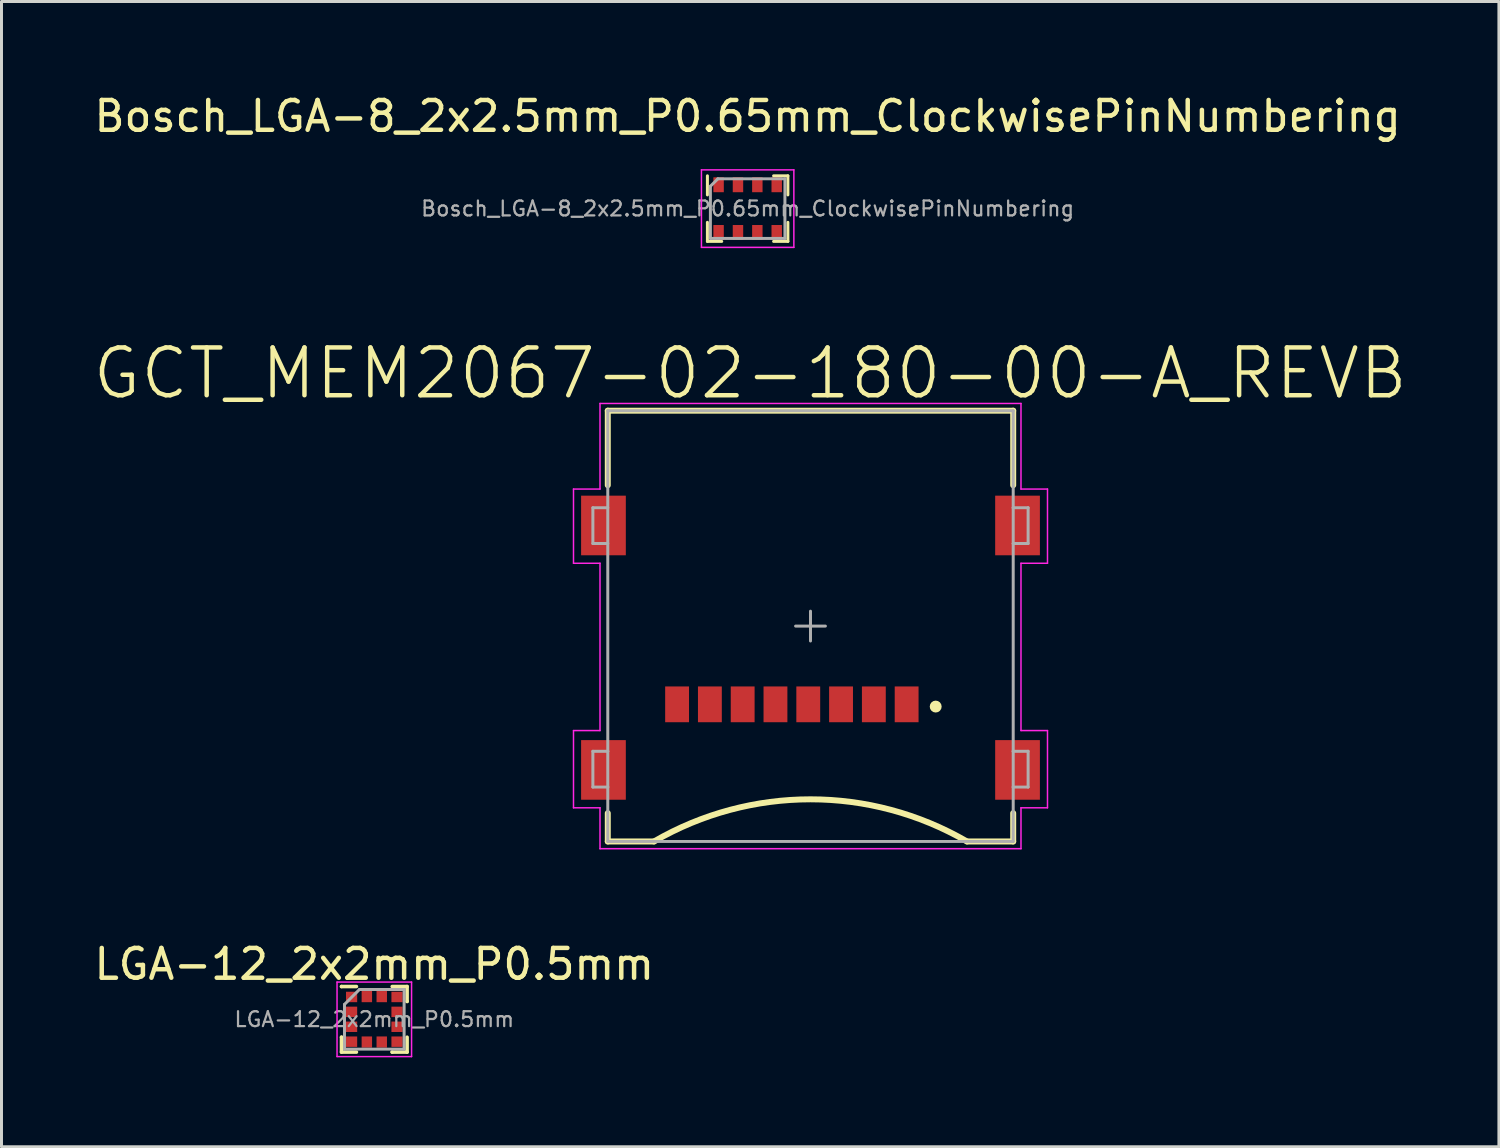
<source format=kicad_pcb>
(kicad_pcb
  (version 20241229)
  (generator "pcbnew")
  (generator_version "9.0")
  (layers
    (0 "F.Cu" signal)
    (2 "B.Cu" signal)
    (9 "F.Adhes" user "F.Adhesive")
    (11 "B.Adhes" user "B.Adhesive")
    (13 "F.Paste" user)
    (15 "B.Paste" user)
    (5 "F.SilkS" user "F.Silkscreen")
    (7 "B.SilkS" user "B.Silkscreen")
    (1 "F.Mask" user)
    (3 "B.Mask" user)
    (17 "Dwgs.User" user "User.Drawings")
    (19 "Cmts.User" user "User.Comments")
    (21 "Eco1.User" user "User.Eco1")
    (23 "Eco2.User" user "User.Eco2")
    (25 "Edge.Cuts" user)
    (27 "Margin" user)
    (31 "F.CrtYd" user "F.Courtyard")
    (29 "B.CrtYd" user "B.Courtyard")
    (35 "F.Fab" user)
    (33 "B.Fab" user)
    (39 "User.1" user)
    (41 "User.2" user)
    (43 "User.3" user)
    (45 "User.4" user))
  (footprint "Bosch_LGA-8_2x2.5mm_P0.65mm_ClockwisePinNumbering"
    (layer "F.Cu")
    (at 22.03 3.948)
    (property "Reference" "Bosch_LGA-8_2x2.5mm_P0.65mm_ClockwisePinNumbering" (at 0 -3.1 0) (layer "F.SilkS") (effects (font (size 1 1) (thickness 0.15))))
    (attr smd)
    (fp_line (start -1.35 -0.46) (end -1.35 -1.1) (stroke (width 0.1) (type solid)) (layer "F.SilkS"))
    (fp_line (start -1.35 1.1) (end -1.35 0.46) (stroke (width 0.1) (type solid)) (layer "F.SilkS"))
    (fp_line (start -1.35 1.1) (end -0.87 1.1) (stroke (width 0.1) (type solid)) (layer "F.SilkS"))
    (fp_line (start 0.87 -1.1) (end 1.35 -1.1) (stroke (width 0.1) (type solid)) (layer "F.SilkS"))
    (fp_line (start 0.87 1.1) (end 1.35 1.1) (stroke (width 0.1) (type solid)) (layer "F.SilkS"))
    (fp_line (start 1.35 -0.46) (end 1.35 -1.1) (stroke (width 0.1) (type solid)) (layer "F.SilkS"))
    (fp_line (start 1.35 1.1) (end 1.35 0.46) (stroke (width 0.1) (type solid)) (layer "F.SilkS"))
    (fp_line (start -1.55 -1.3) (end 1.55 -1.3) (stroke (width 0.05) (type solid)) (layer "F.CrtYd"))
    (fp_line (start -1.55 1.3) (end -1.55 -1.3) (stroke (width 0.05) (type solid)) (layer "F.CrtYd"))
    (fp_line (start 1.55 -1.3) (end 1.55 1.3) (stroke (width 0.05) (type solid)) (layer "F.CrtYd"))
    (fp_line (start 1.55 1.3) (end -1.55 1.3) (stroke (width 0.05) (type solid)) (layer "F.CrtYd"))
    (fp_line (start -1.25 1) (end -1.25 -0.75) (stroke (width 0.1) (type solid)) (layer "F.Fab"))
    (fp_line (start -1.25 1) (end 1.25 1) (stroke (width 0.1) (type solid)) (layer "F.Fab"))
    (fp_line (start -1 -1) (end -1.25 -0.75) (stroke (width 0.1) (type solid)) (layer "F.Fab"))
    (fp_line (start 1.25 -1) (end -1 -1) (stroke (width 0.1) (type solid)) (layer "F.Fab"))
    (fp_line (start 1.25 -1) (end 1.25 1) (stroke (width 0.1) (type solid)) (layer "F.Fab"))
    (fp_text user "${REFERENCE}" (at 0 0 0) (layer "F.Fab") (effects (font (size 0.5 0.5) (thickness 0.075))))
    (pad "1" smd rect (at -0.975 -0.8 90) (size 0.5 0.35) (layers "F.Cu" "F.Mask" "F.Paste"))
    (pad "2" smd rect (at -0.325 -0.8 90) (size 0.5 0.35) (layers "F.Cu" "F.Mask" "F.Paste"))
    (pad "3" smd rect (at 0.325 -0.8 90) (size 0.5 0.35) (layers "F.Cu" "F.Mask" "F.Paste"))
    (pad "4" smd rect (at 0.975 -0.8 90) (size 0.5 0.35) (layers "F.Cu" "F.Mask" "F.Paste"))
    (pad "5" smd rect (at 0.975 0.8 90) (size 0.5 0.35) (layers "F.Cu" "F.Mask" "F.Paste"))
    (pad "6" smd rect (at 0.325 0.8 90) (size 0.5 0.35) (layers "F.Cu" "F.Mask" "F.Paste"))
    (pad "7" smd rect (at -0.325 0.8 90) (size 0.5 0.35) (layers "F.Cu" "F.Mask" "F.Paste"))
    (pad "8" smd rect (at -0.975 0.8 90) (size 0.5 0.35) (layers "F.Cu" "F.Mask" "F.Paste")))
  (footprint "LGA-12_2x2mm_P0.5mm"
    (layer "F.Cu")
    (at 9.506 31.143)
    (property "Reference" "LGA-12_2x2mm_P0.5mm" (at 0 -1.85 0) (layer "F.SilkS") (effects (font (size 1 1) (thickness 0.15))))
    (attr smd)
    (fp_line (start -1.1 -1.1) (end -1.1 -1.1) (stroke (width 0.12) (type solid)) (layer "F.SilkS"))
    (fp_line (start -1.1 0.6) (end -1.1 0.6) (stroke (width 0.12) (type solid)) (layer "F.SilkS"))
    (fp_line (start -1.1 1.1) (end -1.1 0.6) (stroke (width 0.12) (type solid)) (layer "F.SilkS"))
    (fp_line (start -0.6 -1.1) (end -1.1 -1.1) (stroke (width 0.12) (type solid)) (layer "F.SilkS"))
    (fp_line (start -0.6 1.1) (end -1.1 1.1) (stroke (width 0.12) (type solid)) (layer "F.SilkS"))
    (fp_line (start 0.6 -1.1) (end 1.1 -1.1) (stroke (width 0.12) (type solid)) (layer "F.SilkS"))
    (fp_line (start 0.6 1.1) (end 0.6 1.1) (stroke (width 0.12) (type solid)) (layer "F.SilkS"))
    (fp_line (start 1.1 -1.1) (end 1.1 -0.6) (stroke (width 0.12) (type solid)) (layer "F.SilkS"))
    (fp_line (start 1.1 -0.6) (end 1.1 -0.6) (stroke (width 0.12) (type solid)) (layer "F.SilkS"))
    (fp_line (start 1.1 0.6) (end 1.1 1.1) (stroke (width 0.12) (type solid)) (layer "F.SilkS"))
    (fp_line (start 1.1 1.1) (end 0.6 1.1) (stroke (width 0.12) (type solid)) (layer "F.SilkS"))
    (fp_line (start -1.25 -1.25) (end 1.25 -1.25) (stroke (width 0.05) (type solid)) (layer "F.CrtYd"))
    (fp_line (start -1.25 1.25) (end -1.25 -1.25) (stroke (width 0.05) (type solid)) (layer "F.CrtYd"))
    (fp_line (start 1.25 -1.25) (end 1.25 1.25) (stroke (width 0.05) (type solid)) (layer "F.CrtYd"))
    (fp_line (start 1.25 1.25) (end -1.25 1.25) (stroke (width 0.05) (type solid)) (layer "F.CrtYd"))
    (fp_line (start -1 -0.5) (end -0.5 -1) (stroke (width 0.1) (type solid)) (layer "F.Fab"))
    (fp_line (start -1 1) (end -1 -0.5) (stroke (width 0.1) (type solid)) (layer "F.Fab"))
    (fp_line (start -0.5 -1) (end 1 -1) (stroke (width 0.1) (type solid)) (layer "F.Fab"))
    (fp_line (start 1 -1) (end 1 1) (stroke (width 0.1) (type solid)) (layer "F.Fab"))
    (fp_line (start 1 1) (end -1 1) (stroke (width 0.1) (type solid)) (layer "F.Fab"))
    (fp_text user "${REFERENCE}" (at 0 0 0) (layer "F.Fab") (effects (font (size 0.5 0.5) (thickness 0.075))))
    (pad "1" smd rect (at -0.762 -0.75) (size 0.375 0.35) (layers "F.Cu" "F.Mask" "F.Paste"))
    (pad "2" smd rect (at -0.762 -0.25) (size 0.375 0.35) (layers "F.Cu" "F.Mask" "F.Paste"))
    (pad "3" smd rect (at -0.762 0.25) (size 0.375 0.35) (layers "F.Cu" "F.Mask" "F.Paste"))
    (pad "4" smd rect (at -0.762 0.75) (size 0.375 0.35) (layers "F.Cu" "F.Mask" "F.Paste"))
    (pad "5" smd rect (at -0.25 0.762 90) (size 0.375 0.35) (layers "F.Cu" "F.Mask" "F.Paste"))
    (pad "6" smd rect (at 0.25 0.762 90) (size 0.375 0.35) (layers "F.Cu" "F.Mask" "F.Paste"))
    (pad "7" smd rect (at 0.762 0.75) (size 0.375 0.35) (layers "F.Cu" "F.Mask" "F.Paste"))
    (pad "8" smd rect (at 0.762 0.25) (size 0.375 0.35) (layers "F.Cu" "F.Mask" "F.Paste"))
    (pad "9" smd rect (at 0.762 -0.25) (size 0.375 0.35) (layers "F.Cu" "F.Mask" "F.Paste"))
    (pad "10" smd rect (at 0.762 -0.75) (size 0.375 0.35) (layers "F.Cu" "F.Mask" "F.Paste"))
    (pad "11" smd rect (at 0.25 -0.762 90) (size 0.375 0.35) (layers "F.Cu" "F.Mask" "F.Paste"))
    (pad "12" smd rect (at -0.25 -0.762 90) (size 0.375 0.35) (layers "F.Cu" "F.Mask" "F.Paste")))
  (footprint "GCT_MEM2067-02-180-00-A_REVB"
    (layer "F.Cu")
    (at 24.138 17.952)
    (property "Reference" "GCT_MEM2067-02-180-00-A_REVB" (at -2.023 -8.478 0) (layer "F.SilkS") (effects (font (size 1.602 1.602) (thickness 0.15))))
    (attr through_hole)
    (fp_line (start -6.8 -7.225) (end 6.8 -7.225) (stroke (width 0.2) (type solid)) (layer "F.SilkS"))
    (fp_line (start -6.8 -4.725) (end -6.8 -7.225) (stroke (width 0.2) (type solid)) (layer "F.SilkS"))
    (fp_line (start -6.8 7.225) (end -6.8 6.275) (stroke (width 0.2) (type solid)) (layer "F.SilkS"))
    (fp_line (start -6.8 7.225) (end -5.25 7.225) (stroke (width 0.2) (type solid)) (layer "F.SilkS"))
    (fp_line (start 5.25 7.225) (end 6.8 7.225) (stroke (width 0.2) (type solid)) (layer "F.SilkS"))
    (fp_line (start 6.8 -4.725) (end 6.8 -7.225) (stroke (width 0.2) (type solid)) (layer "F.SilkS"))
    (fp_line (start 6.8 7.225) (end 6.8 6.275) (stroke (width 0.2) (type solid)) (layer "F.SilkS"))
    (fp_arc (start -5.25 7.225) (mid 0 5.810899) (end 5.25 7.225) (stroke (width 0.2) (type solid)) (layer "F.SilkS"))
    (fp_circle (center 4.2 2.7) (end 4.3 2.7) (stroke (width 0.2) (type solid)) (fill no) (layer "F.SilkS"))
    (fp_line (start -7.95 -4.597) (end -7.061 -4.597) (stroke (width 0.05) (type solid)) (layer "F.CrtYd"))
    (fp_line (start -7.95 -2.108) (end -7.95 -4.597) (stroke (width 0.05) (type solid)) (layer "F.CrtYd"))
    (fp_line (start -7.95 -2.108) (end -7.061 -2.108) (stroke (width 0.05) (type solid)) (layer "F.CrtYd"))
    (fp_line (start -7.95 3.505) (end -7.061 3.505) (stroke (width 0.05) (type solid)) (layer "F.CrtYd"))
    (fp_line (start -7.95 6.096) (end -7.95 3.505) (stroke (width 0.05) (type solid)) (layer "F.CrtYd"))
    (fp_line (start -7.95 6.096) (end -7.061 6.096) (stroke (width 0.05) (type solid)) (layer "F.CrtYd"))
    (fp_line (start -7.061 -7.468) (end 7.061 -7.468) (stroke (width 0.05) (type solid)) (layer "F.CrtYd"))
    (fp_line (start -7.061 -4.597) (end -7.061 -7.468) (stroke (width 0.05) (type solid)) (layer "F.CrtYd"))
    (fp_line (start -7.061 3.505) (end -7.061 -2.108) (stroke (width 0.05) (type solid)) (layer "F.CrtYd"))
    (fp_line (start -7.061 7.468) (end -7.061 6.096) (stroke (width 0.05) (type solid)) (layer "F.CrtYd"))
    (fp_line (start -7.061 7.468) (end 7.061 7.468) (stroke (width 0.05) (type solid)) (layer "F.CrtYd"))
    (fp_line (start 7.061 -4.597) (end 7.061 -7.468) (stroke (width 0.05) (type solid)) (layer "F.CrtYd"))
    (fp_line (start 7.061 -4.597) (end 7.95 -4.597) (stroke (width 0.05) (type solid)) (layer "F.CrtYd"))
    (fp_line (start 7.061 -2.108) (end 7.95 -2.108) (stroke (width 0.05) (type solid)) (layer "F.CrtYd"))
    (fp_line (start 7.061 3.505) (end 7.061 -2.108) (stroke (width 0.05) (type solid)) (layer "F.CrtYd"))
    (fp_line (start 7.061 3.505) (end 7.95 3.505) (stroke (width 0.05) (type solid)) (layer "F.CrtYd"))
    (fp_line (start 7.061 6.096) (end 7.95 6.096) (stroke (width 0.05) (type solid)) (layer "F.CrtYd"))
    (fp_line (start 7.061 7.468) (end 7.061 6.096) (stroke (width 0.05) (type solid)) (layer "F.CrtYd"))
    (fp_line (start 7.95 -2.108) (end 7.95 -4.597) (stroke (width 0.05) (type solid)) (layer "F.CrtYd"))
    (fp_line (start 7.95 6.096) (end 7.95 3.505) (stroke (width 0.05) (type solid)) (layer "F.CrtYd"))
    (fp_line (start -7.3 -3.97) (end -6.8 -3.97) (stroke (width 0.1) (type solid)) (layer "F.Fab"))
    (fp_line (start -7.3 -2.77) (end -7.3 -3.97) (stroke (width 0.1) (type solid)) (layer "F.Fab"))
    (fp_line (start -7.3 -2.77) (end -6.8 -2.77) (stroke (width 0.1) (type solid)) (layer "F.Fab"))
    (fp_line (start -7.3 4.2) (end -6.8 4.2) (stroke (width 0.1) (type solid)) (layer "F.Fab"))
    (fp_line (start -7.3 5.4) (end -7.3 4.2) (stroke (width 0.1) (type solid)) (layer "F.Fab"))
    (fp_line (start -7.3 5.4) (end -6.8 5.4) (stroke (width 0.1) (type solid)) (layer "F.Fab"))
    (fp_line (start -6.8 -7.225) (end 6.8 -7.225) (stroke (width 0.1) (type solid)) (layer "F.Fab"))
    (fp_line (start -6.8 4.2) (end -6.8 -7.225) (stroke (width 0.1) (type solid)) (layer "F.Fab"))
    (fp_line (start -6.8 5.4) (end -6.8 4.2) (stroke (width 0.1) (type solid)) (layer "F.Fab"))
    (fp_line (start -6.8 7.225) (end -6.8 5.4) (stroke (width 0.1) (type solid)) (layer "F.Fab"))
    (fp_line (start -6.8 7.225) (end 6.8 7.225) (stroke (width 0.1) (type solid)) (layer "F.Fab"))
    (fp_line (start -0.5 0) (end 0.5 0) (stroke (width 0.1) (type solid)) (layer "F.Fab"))
    (fp_line (start 0 0.5) (end 0 -0.5) (stroke (width 0.1) (type solid)) (layer "F.Fab"))
    (fp_line (start 6.8 -3.97) (end 6.8 -7.225) (stroke (width 0.1) (type solid)) (layer "F.Fab"))
    (fp_line (start 6.8 -3.97) (end 7.3 -3.97) (stroke (width 0.1) (type solid)) (layer "F.Fab"))
    (fp_line (start 6.8 -2.77) (end 6.8 -3.97) (stroke (width 0.1) (type solid)) (layer "F.Fab"))
    (fp_line (start 6.8 -2.77) (end 7.3 -2.77) (stroke (width 0.1) (type solid)) (layer "F.Fab"))
    (fp_line (start 6.8 4.2) (end 6.8 -2.77) (stroke (width 0.1) (type solid)) (layer "F.Fab"))
    (fp_line (start 6.8 4.2) (end 7.3 4.2) (stroke (width 0.1) (type solid)) (layer "F.Fab"))
    (fp_line (start 6.8 5.4) (end 6.8 4.2) (stroke (width 0.1) (type solid)) (layer "F.Fab"))
    (fp_line (start 6.8 5.4) (end 7.3 5.4) (stroke (width 0.1) (type solid)) (layer "F.Fab"))
    (fp_line (start 6.8 7.225) (end 6.8 5.4) (stroke (width 0.1) (type solid)) (layer "F.Fab"))
    (fp_line (start 7.3 -2.77) (end 7.3 -3.97) (stroke (width 0.1) (type solid)) (layer "F.Fab"))
    (fp_line (start 7.3 5.4) (end 7.3 4.2) (stroke (width 0.1) (type solid)) (layer "F.Fab"))
    (pad "1" smd rect (at 3.225 2.625) (size 0.8 1.2) (layers "F.Cu" "F.Mask" "F.Paste"))
    (pad "2" smd rect (at 2.125 2.625) (size 0.8 1.2) (layers "F.Cu" "F.Mask" "F.Paste"))
    (pad "3" smd rect (at 1.025 2.625) (size 0.8 1.2) (layers "F.Cu" "F.Mask" "F.Paste"))
    (pad "4" smd rect (at -0.075 2.625) (size 0.8 1.2) (layers "F.Cu" "F.Mask" "F.Paste"))
    (pad "5" smd rect (at -1.175 2.625) (size 0.8 1.2) (layers "F.Cu" "F.Mask" "F.Paste"))
    (pad "6" smd rect (at -2.275 2.625) (size 0.8 1.2) (layers "F.Cu" "F.Mask" "F.Paste"))
    (pad "7" smd rect (at -3.375 2.625) (size 0.8 1.2) (layers "F.Cu" "F.Mask" "F.Paste"))
    (pad "8" smd rect (at -4.475 2.625) (size 0.8 1.2) (layers "F.Cu" "F.Mask" "F.Paste"))
    (pad "9" smd rect (at -6.945 4.825) (size 1.5 2) (layers "F.Cu" "F.Mask" "F.Paste"))
    (pad "10" smd rect (at -6.945 -3.375) (size 1.5 2) (layers "F.Cu" "F.Mask" "F.Paste"))
    (pad "11" smd rect (at 6.945 -3.375) (size 1.5 2) (layers "F.Cu" "F.Mask" "F.Paste"))
    (pad "12" smd rect (at 6.945 4.825) (size 1.5 2) (layers "F.Cu" "F.Mask" "F.Paste"))
    (zone (net_name "") (layer "F.Cu") (hatch full 0.508) (connect_pads) (min_thickness 0.01) (filled_areas_thickness no) (keepout (tracks not_allowed) (vias not_allowed) (pads not_allowed) (copperpour not_allowed) (footprints allowed)) (placement (enabled no)) (fill) (polygon (pts (xy 18.984 12.127) (xy 27.988 12.127) (xy 27.988 14.924) (xy 18.984 14.924)))))
  (gr_rect
    (start -3 -3)
    (end 47.231 35.418)
    (stroke (width 0.1) (type default))
    (fill no)
    (layer "Edge.Cuts")))
</source>
